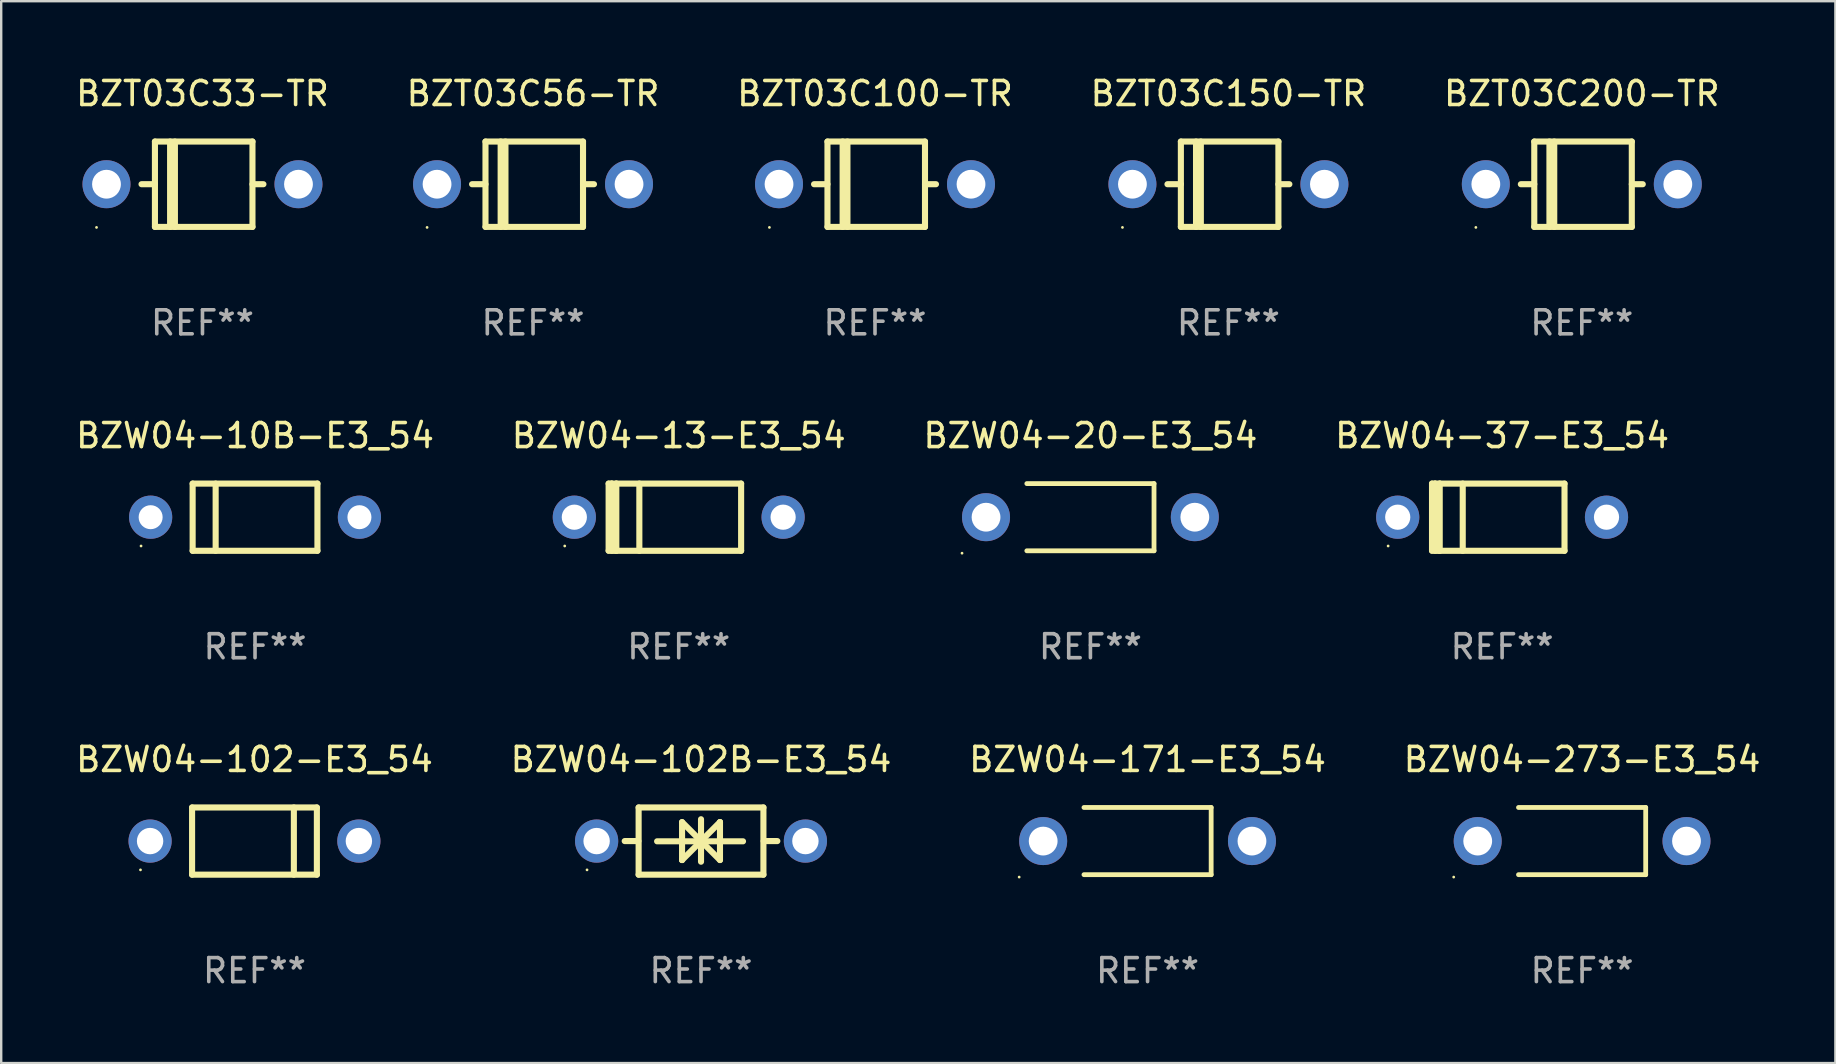
<source format=kicad_pcb>
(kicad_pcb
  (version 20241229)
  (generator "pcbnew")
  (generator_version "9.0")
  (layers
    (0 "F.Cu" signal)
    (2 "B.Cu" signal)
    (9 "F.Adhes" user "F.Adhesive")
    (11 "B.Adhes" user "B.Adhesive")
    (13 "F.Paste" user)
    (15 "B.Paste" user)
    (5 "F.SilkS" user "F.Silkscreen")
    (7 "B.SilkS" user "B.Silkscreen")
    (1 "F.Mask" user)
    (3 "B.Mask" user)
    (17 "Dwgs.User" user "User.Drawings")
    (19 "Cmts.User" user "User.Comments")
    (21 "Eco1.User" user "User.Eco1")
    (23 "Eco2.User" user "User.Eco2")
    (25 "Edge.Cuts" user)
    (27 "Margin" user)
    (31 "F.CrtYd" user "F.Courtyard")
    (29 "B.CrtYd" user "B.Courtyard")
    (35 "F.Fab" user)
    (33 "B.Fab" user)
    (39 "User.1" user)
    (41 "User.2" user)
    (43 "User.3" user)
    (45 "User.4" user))
  (footprint "BZW04-13-E3_54"
    (layer "F.Cu")
    (at 25.232 18.501)
    (property "Reference" "BZW04-13-E3_54" (at 0 -3.4 0) (layer "F.SilkS") (effects (font (size 1 1) (thickness 0.15))))
    (attr through_hole)
    (fp_line (start -2.921 1.397) (end -2.921 -1.4) (stroke (width 0.254) (type solid)) (layer "F.SilkS"))
    (fp_line (start -2.794 -1.4) (end -2.921 -1.4) (stroke (width 0.254) (type solid)) (layer "F.SilkS"))
    (fp_line (start -2.794 -1.4) (end -2.794 1.397) (stroke (width 0.254) (type solid)) (layer "F.SilkS"))
    (fp_line (start -2.794 1.397) (end -2.6 1.397) (stroke (width 0.254) (type solid)) (layer "F.SilkS"))
    (fp_line (start -2.667 1.397) (end -2.921 1.397) (stroke (width 0.254) (type solid)) (layer "F.SilkS"))
    (fp_line (start -2.6 -1.4) (end -2.794 -1.4) (stroke (width 0.254) (type solid)) (layer "F.SilkS"))
    (fp_line (start -2.6 -1.4) (end -2.6 1.4) (stroke (width 0.254) (type solid)) (layer "F.SilkS"))
    (fp_line (start -2.6 -1.4) (end 2.6 -1.4) (stroke (width 0.254) (type solid)) (layer "F.SilkS"))
    (fp_line (start -2.6 1.4) (end 2.6 1.4) (stroke (width 0.254) (type solid)) (layer "F.SilkS"))
    (fp_line (start -1.641 -1.4) (end -1.641 1.4) (stroke (width 0.254) (type solid)) (layer "F.SilkS"))
    (fp_line (start 2.6 -1.4) (end 2.6 1.4) (stroke (width 0.254) (type solid)) (layer "F.SilkS"))
    (fp_circle (center -4.75 1.2) (end -4.72 1.2) (stroke (width 0.06) (type solid)) (fill no) (layer "F.SilkS"))
    (fp_text user "REF**" (at 0 5.4 0) (layer "F.Fab") (effects (font (size 1 1) (thickness 0.15))))
    (pad "1" thru_hole circle (at -4.35 0) (size 1.8 1.8) (drill 1.05) (layers "*.Cu" "*.Mask"))
    (pad "2" thru_hole circle (at 4.35 0) (size 1.8 1.8) (drill 1.05) (layers "*.Cu" "*.Mask")))
  (footprint "BZW04-37-E3_54"
    (layer "F.Cu")
    (at 59.542 18.501)
    (property "Reference" "BZW04-37-E3_54" (at 0 -3.4 0) (layer "F.SilkS") (effects (font (size 1 1) (thickness 0.15))))
    (attr through_hole)
    (fp_line (start -2.921 1.397) (end -2.921 -1.4) (stroke (width 0.254) (type solid)) (layer "F.SilkS"))
    (fp_line (start -2.794 -1.4) (end -2.921 -1.4) (stroke (width 0.254) (type solid)) (layer "F.SilkS"))
    (fp_line (start -2.794 -1.4) (end -2.794 1.397) (stroke (width 0.254) (type solid)) (layer "F.SilkS"))
    (fp_line (start -2.794 1.397) (end -2.6 1.397) (stroke (width 0.254) (type solid)) (layer "F.SilkS"))
    (fp_line (start -2.667 1.397) (end -2.921 1.397) (stroke (width 0.254) (type solid)) (layer "F.SilkS"))
    (fp_line (start -2.6 -1.4) (end -2.794 -1.4) (stroke (width 0.254) (type solid)) (layer "F.SilkS"))
    (fp_line (start -2.6 -1.4) (end -2.6 1.4) (stroke (width 0.254) (type solid)) (layer "F.SilkS"))
    (fp_line (start -2.6 -1.4) (end 2.6 -1.4) (stroke (width 0.254) (type solid)) (layer "F.SilkS"))
    (fp_line (start -2.6 1.4) (end 2.6 1.4) (stroke (width 0.254) (type solid)) (layer "F.SilkS"))
    (fp_line (start -1.641 -1.4) (end -1.641 1.4) (stroke (width 0.254) (type solid)) (layer "F.SilkS"))
    (fp_line (start 2.6 -1.4) (end 2.6 1.4) (stroke (width 0.254) (type solid)) (layer "F.SilkS"))
    (fp_circle (center -4.75 1.2) (end -4.72 1.2) (stroke (width 0.06) (type solid)) (fill no) (layer "F.SilkS"))
    (fp_text user "REF**" (at 0 5.4 0) (layer "F.Fab") (effects (font (size 1 1) (thickness 0.15))))
    (pad "1" thru_hole circle (at -4.35 0) (size 1.8 1.8) (drill 1.05) (layers "*.Cu" "*.Mask"))
    (pad "2" thru_hole circle (at 4.35 0) (size 1.8 1.8) (drill 1.05) (layers "*.Cu" "*.Mask")))
  (footprint "BZW04-10B-E3_54"
    (layer "F.Cu")
    (at 7.577 18.501)
    (property "Reference" "BZW04-10B-E3_54" (at 0 -3.4 0) (layer "F.SilkS") (effects (font (size 1 1) (thickness 0.15))))
    (attr through_hole)
    (fp_line (start -2.6 -1.4) (end -2.6 1.4) (stroke (width 0.254) (type solid)) (layer "F.SilkS"))
    (fp_line (start -2.6 -1.4) (end 2.6 -1.4) (stroke (width 0.254) (type solid)) (layer "F.SilkS"))
    (fp_line (start -2.6 1.4) (end 2.6 1.4) (stroke (width 0.254) (type solid)) (layer "F.SilkS"))
    (fp_line (start -1.641 -1.4) (end -1.641 1.4) (stroke (width 0.254) (type solid)) (layer "F.SilkS"))
    (fp_line (start 2.6 -1.4) (end 2.6 1.4) (stroke (width 0.254) (type solid)) (layer "F.SilkS"))
    (fp_circle (center -4.75 1.2) (end -4.72 1.2) (stroke (width 0.06) (type solid)) (fill no) (layer "F.SilkS"))
    (fp_text user "REF**" (at 0 5.4 0) (layer "F.Fab") (effects (font (size 1 1) (thickness 0.15))))
    (pad "1" thru_hole circle (at -4.35 0) (size 1.8 1.8) (drill 1) (layers "*.Cu" "*.Mask"))
    (pad "2" thru_hole circle (at 4.35 0) (size 1.8 1.8) (drill 1) (layers "*.Cu" "*.Mask")))
  (footprint "BZT03C200-TR"
    (layer "F.Cu")
    (at 62.863 4.626)
    (property "Reference" "BZT03C200-TR" (at 0 -3.778 0) (layer "F.SilkS") (effects (font (size 1 1) (thickness 0.15))))
    (attr through_hole)
    (fp_line (start -1.981 -1.778) (end -1.981 1.778) (stroke (width 0.254) (type solid)) (layer "F.SilkS"))
    (fp_line (start -1.981 0) (end -2.54 0) (stroke (width 0.254) (type solid)) (layer "F.SilkS"))
    (fp_line (start -1.981 1.778) (end 2.083 1.778) (stroke (width 0.254) (type solid)) (layer "F.SilkS"))
    (fp_line (start -1.349 1.778) (end -1.349 -1.778) (stroke (width 0.254) (type solid)) (layer "F.SilkS"))
    (fp_line (start -1.149 1.778) (end -1.149 -1.778) (stroke (width 0.254) (type solid)) (layer "F.SilkS"))
    (fp_line (start 2.083 -1.778) (end -1.981 -1.778) (stroke (width 0.254) (type solid)) (layer "F.SilkS"))
    (fp_line (start 2.083 1.778) (end 2.083 -1.778) (stroke (width 0.254) (type solid)) (layer "F.SilkS"))
    (fp_line (start 2.54 0) (end 2.083 0) (stroke (width 0.254) (type solid)) (layer "F.SilkS"))
    (fp_circle (center -4.415 1.8) (end -4.385 1.8) (stroke (width 0.06) (type solid)) (fill no) (layer "F.SilkS"))
    (fp_text user "REF**" (at 0 5.778 0) (layer "F.Fab") (effects (font (size 1 1) (thickness 0.15))))
    (pad "1" thru_hole circle (at -4 0) (size 2 2) (drill 1.2) (layers "*.Cu" "*.Mask"))
    (pad "2" thru_hole circle (at 4 0) (size 2 2) (drill 1.2) (layers "*.Cu" "*.Mask")))
  (footprint "BZW04-273-E3_54"
    (layer "F.Cu")
    (at 62.875 31.997)
    (property "Reference" "BZW04-273-E3_54" (at 0 -3.4 0) (layer "F.SilkS") (effects (font (size 1 1) (thickness 0.15))))
    (attr through_hole)
    (fp_line (start -2.65 1.4) (end 2.65 1.4) (stroke (width 0.2) (type solid)) (layer "F.SilkS"))
    (fp_line (start 2.65 -1.4) (end -2.65 -1.4) (stroke (width 0.2) (type solid)) (layer "F.SilkS"))
    (fp_line (start 2.65 1.4) (end 2.65 -1.4) (stroke (width 0.2) (type solid)) (layer "F.SilkS"))
    (fp_circle (center -5.35 1.5) (end -5.32 1.5) (stroke (width 0.06) (type solid)) (fill no) (layer "F.SilkS"))
    (fp_text user "REF**" (at 0 5.4 0) (layer "F.Fab") (effects (font (size 1 1) (thickness 0.15))))
    (pad "1" thru_hole circle (at -4.35 0) (size 2 2) (drill 1.2) (layers "*.Cu" "*.Mask"))
    (pad "2" thru_hole circle (at 4.35 0) (size 2 2) (drill 1.2) (layers "*.Cu" "*.Mask")))
  (footprint "BZW04-171-E3_54"
    (layer "F.Cu")
    (at 44.768 31.997)
    (property "Reference" "BZW04-171-E3_54" (at 0 -3.4 0) (layer "F.SilkS") (effects (font (size 1 1) (thickness 0.15))))
    (attr through_hole)
    (fp_line (start -2.65 1.4) (end 2.65 1.4) (stroke (width 0.2) (type solid)) (layer "F.SilkS"))
    (fp_line (start 2.65 -1.4) (end -2.65 -1.4) (stroke (width 0.2) (type solid)) (layer "F.SilkS"))
    (fp_line (start 2.65 1.4) (end 2.65 -1.4) (stroke (width 0.2) (type solid)) (layer "F.SilkS"))
    (fp_circle (center -5.35 1.5) (end -5.32 1.5) (stroke (width 0.06) (type solid)) (fill no) (layer "F.SilkS"))
    (fp_text user "REF**" (at 0 5.4 0) (layer "F.Fab") (effects (font (size 1 1) (thickness 0.15))))
    (pad "1" thru_hole circle (at -4.35 0) (size 2 2) (drill 1.2) (layers "*.Cu" "*.Mask"))
    (pad "2" thru_hole circle (at 4.35 0) (size 2 2) (drill 1.2) (layers "*.Cu" "*.Mask")))
  (footprint "BZW04-102B-E3_54"
    (layer "F.Cu")
    (at 26.161 31.997)
    (property "Reference" "BZW04-102B-E3_54" (at 0 -3.4 0) (layer "F.SilkS") (effects (font (size 1 1) (thickness 0.15))))
    (attr through_hole)
    (fp_line (start -2.61 0) (end -3.18 0) (stroke (width 0.254) (type solid)) (layer "F.SilkS"))
    (fp_line (start -2.6 1.4) (end -2.6 -1.4) (stroke (width 0.254) (type solid)) (layer "F.SilkS"))
    (fp_line (start -1.83 0.01) (end 1.75 0.01) (stroke (width 0.254) (type solid)) (layer "F.SilkS"))
    (fp_line (start -0.79 -0.79) (end -0.79 0.79) (stroke (width 0.254) (type solid)) (layer "F.SilkS"))
    (fp_line (start -0.79 0.79) (end -0.79 0.79) (stroke (width 0.254) (type solid)) (layer "F.SilkS"))
    (fp_line (start -0.79 0.79) (end 0.000025 0) (stroke (width 0.254) (type solid)) (layer "F.SilkS"))
    (fp_line (start 0 -0.91) (end 0 0.86) (stroke (width 0.254) (type solid)) (layer "F.SilkS"))
    (fp_line (start 0.000025 0) (end -0.79 -0.79) (stroke (width 0.254) (type solid)) (layer "F.SilkS"))
    (fp_line (start 0.000025 0) (end 0.79 0.79) (stroke (width 0.254) (type solid)) (layer "F.SilkS"))
    (fp_line (start 0.79 -0.79) (end 0.000025 0) (stroke (width 0.254) (type solid)) (layer "F.SilkS"))
    (fp_line (start 0.79 -0.79) (end 0.79 -0.79) (stroke (width 0.254) (type solid)) (layer "F.SilkS"))
    (fp_line (start 0.79 0.79) (end 0.79 -0.79) (stroke (width 0.254) (type solid)) (layer "F.SilkS"))
    (fp_line (start 2.6 -1.4) (end -2.6 -1.4) (stroke (width 0.254) (type solid)) (layer "F.SilkS"))
    (fp_line (start 2.6 1.4) (end -2.6 1.4) (stroke (width 0.254) (type solid)) (layer "F.SilkS"))
    (fp_line (start 2.6 1.4) (end 2.6 -1.4) (stroke (width 0.254) (type solid)) (layer "F.SilkS"))
    (fp_line (start 2.61 0) (end 3.18 0) (stroke (width 0.254) (type solid)) (layer "F.SilkS"))
    (fp_circle (center -4.75 1.2) (end -4.72 1.2) (stroke (width 0.06) (type solid)) (fill no) (layer "F.SilkS"))
    (fp_text user "REF**" (at 0 5.4 0) (layer "F.Fab") (effects (font (size 1 1) (thickness 0.15))))
    (pad "1" thru_hole circle (at -4.35 0) (size 1.8 1.8) (drill 1.1) (layers "*.Cu" "*.Mask"))
    (pad "2" thru_hole circle (at 4.35 0) (size 1.8 1.8) (drill 1.1) (layers "*.Cu" "*.Mask")))
  (footprint "BZT03C100-TR"
    (layer "F.Cu")
    (at 33.411 4.626)
    (property "Reference" "BZT03C100-TR" (at 0 -3.778 0) (layer "F.SilkS") (effects (font (size 1 1) (thickness 0.15))))
    (attr through_hole)
    (fp_line (start -1.981 -1.778) (end -1.981 1.778) (stroke (width 0.254) (type solid)) (layer "F.SilkS"))
    (fp_line (start -1.981 0) (end -2.54 0) (stroke (width 0.254) (type solid)) (layer "F.SilkS"))
    (fp_line (start -1.981 1.778) (end 2.083 1.778) (stroke (width 0.254) (type solid)) (layer "F.SilkS"))
    (fp_line (start -1.349 1.778) (end -1.349 -1.778) (stroke (width 0.254) (type solid)) (layer "F.SilkS"))
    (fp_line (start -1.149 1.778) (end -1.149 -1.778) (stroke (width 0.254) (type solid)) (layer "F.SilkS"))
    (fp_line (start 2.083 -1.778) (end -1.981 -1.778) (stroke (width 0.254) (type solid)) (layer "F.SilkS"))
    (fp_line (start 2.083 1.778) (end 2.083 -1.778) (stroke (width 0.254) (type solid)) (layer "F.SilkS"))
    (fp_line (start 2.54 0) (end 2.083 0) (stroke (width 0.254) (type solid)) (layer "F.SilkS"))
    (fp_circle (center -4.4 1.8) (end -4.37 1.8) (stroke (width 0.06) (type solid)) (fill no) (layer "F.SilkS"))
    (fp_text user "REF**" (at 0 5.778 0) (layer "F.Fab") (effects (font (size 1 1) (thickness 0.15))))
    (pad "1" thru_hole circle (at -4 0) (size 2 2) (drill 1.2) (layers "*.Cu" "*.Mask"))
    (pad "2" thru_hole circle (at 4 0) (size 2 2) (drill 1.2) (layers "*.Cu" "*.Mask")))
  (footprint "BZW04-102-E3_54"
    (layer "F.Cu")
    (at 7.554 31.997)
    (property "Reference" "BZW04-102-E3_54" (at 0 -3.4 0) (layer "F.SilkS") (effects (font (size 1 1) (thickness 0.15))))
    (attr through_hole)
    (fp_line (start -2.6 1.4) (end -2.6 -1.4) (stroke (width 0.254) (type solid)) (layer "F.SilkS"))
    (fp_line (start 1.641 1.4) (end 1.641 -1.4) (stroke (width 0.254) (type solid)) (layer "F.SilkS"))
    (fp_line (start 2.6 -1.4) (end -2.6 -1.4) (stroke (width 0.254) (type solid)) (layer "F.SilkS"))
    (fp_line (start 2.6 1.4) (end -2.6 1.4) (stroke (width 0.254) (type solid)) (layer "F.SilkS"))
    (fp_line (start 2.6 1.4) (end 2.6 -1.4) (stroke (width 0.254) (type solid)) (layer "F.SilkS"))
    (fp_circle (center -4.75 1.2) (end -4.72 1.2) (stroke (width 0.06) (type solid)) (fill no) (layer "F.SilkS"))
    (fp_text user "REF**" (at 0 5.4 0) (layer "F.Fab") (effects (font (size 1 1) (thickness 0.15))))
    (pad "1" thru_hole circle (at -4.35 0) (size 1.8 1.8) (drill 1.1) (layers "*.Cu" "*.Mask"))
    (pad "2" thru_hole circle (at 4.35 0) (size 1.8 1.8) (drill 1.1) (layers "*.Cu" "*.Mask")))
  (footprint "BZW04-20-E3_54"
    (layer "F.Cu")
    (at 42.387 18.501)
    (property "Reference" "BZW04-20-E3_54" (at 0 -3.4 0) (layer "F.SilkS") (effects (font (size 1 1) (thickness 0.15))))
    (attr through_hole)
    (fp_line (start -2.65 1.4) (end 2.65 1.4) (stroke (width 0.2) (type solid)) (layer "F.SilkS"))
    (fp_line (start 2.65 -1.4) (end -2.65 -1.4) (stroke (width 0.2) (type solid)) (layer "F.SilkS"))
    (fp_line (start 2.65 1.4) (end 2.65 -1.4) (stroke (width 0.2) (type solid)) (layer "F.SilkS"))
    (fp_circle (center -5.35 1.5) (end -5.32 1.5) (stroke (width 0.06) (type solid)) (fill no) (layer "F.SilkS"))
    (fp_text user "REF**" (at 0 5.4 0) (layer "F.Fab") (effects (font (size 1 1) (thickness 0.15))))
    (pad "1" thru_hole circle (at -4.35 0) (size 2 2) (drill 1.2) (layers "*.Cu" "*.Mask"))
    (pad "2" thru_hole circle (at 4.35 0) (size 2 2) (drill 1.2) (layers "*.Cu" "*.Mask")))
  (footprint "BZT03C33-TR"
    (layer "F.Cu")
    (at 5.387 4.626)
    (property "Reference" "BZT03C33-TR" (at 0 -3.778 0) (layer "F.SilkS") (effects (font (size 1 1) (thickness 0.15))))
    (attr through_hole)
    (fp_line (start -1.981 -1.778) (end -1.981 1.778) (stroke (width 0.254) (type solid)) (layer "F.SilkS"))
    (fp_line (start -1.981 0) (end -2.54 0) (stroke (width 0.254) (type solid)) (layer "F.SilkS"))
    (fp_line (start -1.981 1.778) (end 2.083 1.778) (stroke (width 0.254) (type solid)) (layer "F.SilkS"))
    (fp_line (start -1.349 1.778) (end -1.349 -1.778) (stroke (width 0.254) (type solid)) (layer "F.SilkS"))
    (fp_line (start -1.149 1.778) (end -1.149 -1.778) (stroke (width 0.254) (type solid)) (layer "F.SilkS"))
    (fp_line (start 2.083 -1.778) (end -1.981 -1.778) (stroke (width 0.254) (type solid)) (layer "F.SilkS"))
    (fp_line (start 2.083 1.778) (end 2.083 -1.778) (stroke (width 0.254) (type solid)) (layer "F.SilkS"))
    (fp_line (start 2.54 0) (end 2.083 0) (stroke (width 0.254) (type solid)) (layer "F.SilkS"))
    (fp_circle (center -4.415 1.8) (end -4.385 1.8) (stroke (width 0.06) (type solid)) (fill no) (layer "F.SilkS"))
    (fp_text user "REF**" (at 0 5.778 0) (layer "F.Fab") (effects (font (size 1 1) (thickness 0.15))))
    (pad "1" thru_hole circle (at -4 0) (size 2 2) (drill 1.2) (layers "*.Cu" "*.Mask"))
    (pad "2" thru_hole circle (at 4 0) (size 2 2) (drill 1.2) (layers "*.Cu" "*.Mask")))
  (footprint "BZT03C56-TR"
    (layer "F.Cu")
    (at 19.161 4.626)
    (property "Reference" "BZT03C56-TR" (at 0 -3.778 0) (layer "F.SilkS") (effects (font (size 1 1) (thickness 0.15))))
    (attr through_hole)
    (fp_line (start -1.981 -1.778) (end -1.981 1.778) (stroke (width 0.254) (type solid)) (layer "F.SilkS"))
    (fp_line (start -1.981 0) (end -2.54 0) (stroke (width 0.254) (type solid)) (layer "F.SilkS"))
    (fp_line (start -1.981 1.778) (end 2.083 1.778) (stroke (width 0.254) (type solid)) (layer "F.SilkS"))
    (fp_line (start -1.349 1.778) (end -1.349 -1.778) (stroke (width 0.254) (type solid)) (layer "F.SilkS"))
    (fp_line (start -1.149 1.778) (end -1.149 -1.778) (stroke (width 0.254) (type solid)) (layer "F.SilkS"))
    (fp_line (start 2.083 -1.778) (end -1.981 -1.778) (stroke (width 0.254) (type solid)) (layer "F.SilkS"))
    (fp_line (start 2.083 1.778) (end 2.083 -1.778) (stroke (width 0.254) (type solid)) (layer "F.SilkS"))
    (fp_line (start 2.54 0) (end 2.083 0) (stroke (width 0.254) (type solid)) (layer "F.SilkS"))
    (fp_circle (center -4.415 1.8) (end -4.385 1.8) (stroke (width 0.06) (type solid)) (fill no) (layer "F.SilkS"))
    (fp_text user "REF**" (at 0 5.778 0) (layer "F.Fab") (effects (font (size 1 1) (thickness 0.15))))
    (pad "1" thru_hole circle (at -4 0) (size 2 2) (drill 1.2) (layers "*.Cu" "*.Mask"))
    (pad "2" thru_hole circle (at 4 0) (size 2 2) (drill 1.2) (layers "*.Cu" "*.Mask")))
  (footprint "BZT03C150-TR"
    (layer "F.Cu")
    (at 48.137 4.626)
    (property "Reference" "BZT03C150-TR" (at 0 -3.778 0) (layer "F.SilkS") (effects (font (size 1 1) (thickness 0.15))))
    (attr through_hole)
    (fp_line (start -1.981 -1.778) (end -1.981 1.778) (stroke (width 0.254) (type solid)) (layer "F.SilkS"))
    (fp_line (start -1.981 0) (end -2.54 0) (stroke (width 0.254) (type solid)) (layer "F.SilkS"))
    (fp_line (start -1.981 1.778) (end 2.083 1.778) (stroke (width 0.254) (type solid)) (layer "F.SilkS"))
    (fp_line (start -1.349 1.778) (end -1.349 -1.778) (stroke (width 0.254) (type solid)) (layer "F.SilkS"))
    (fp_line (start -1.149 1.778) (end -1.149 -1.778) (stroke (width 0.254) (type solid)) (layer "F.SilkS"))
    (fp_line (start 2.083 -1.778) (end -1.981 -1.778) (stroke (width 0.254) (type solid)) (layer "F.SilkS"))
    (fp_line (start 2.083 1.778) (end 2.083 -1.778) (stroke (width 0.254) (type solid)) (layer "F.SilkS"))
    (fp_line (start 2.54 0) (end 2.083 0) (stroke (width 0.254) (type solid)) (layer "F.SilkS"))
    (fp_circle (center -4.415 1.8) (end -4.385 1.8) (stroke (width 0.06) (type solid)) (fill no) (layer "F.SilkS"))
    (fp_text user "REF**" (at 0 5.778 0) (layer "F.Fab") (effects (font (size 1 1) (thickness 0.15))))
    (pad "1" thru_hole circle (at -4 0) (size 2 2) (drill 1.2) (layers "*.Cu" "*.Mask"))
    (pad "2" thru_hole circle (at 4 0) (size 2 2) (drill 1.2) (layers "*.Cu" "*.Mask")))
  (gr_rect
    (start -3 -3)
    (end 73.429 41.246)
    (stroke (width 0.1) (type default))
    (fill no)
    (layer "Edge.Cuts")))
</source>
